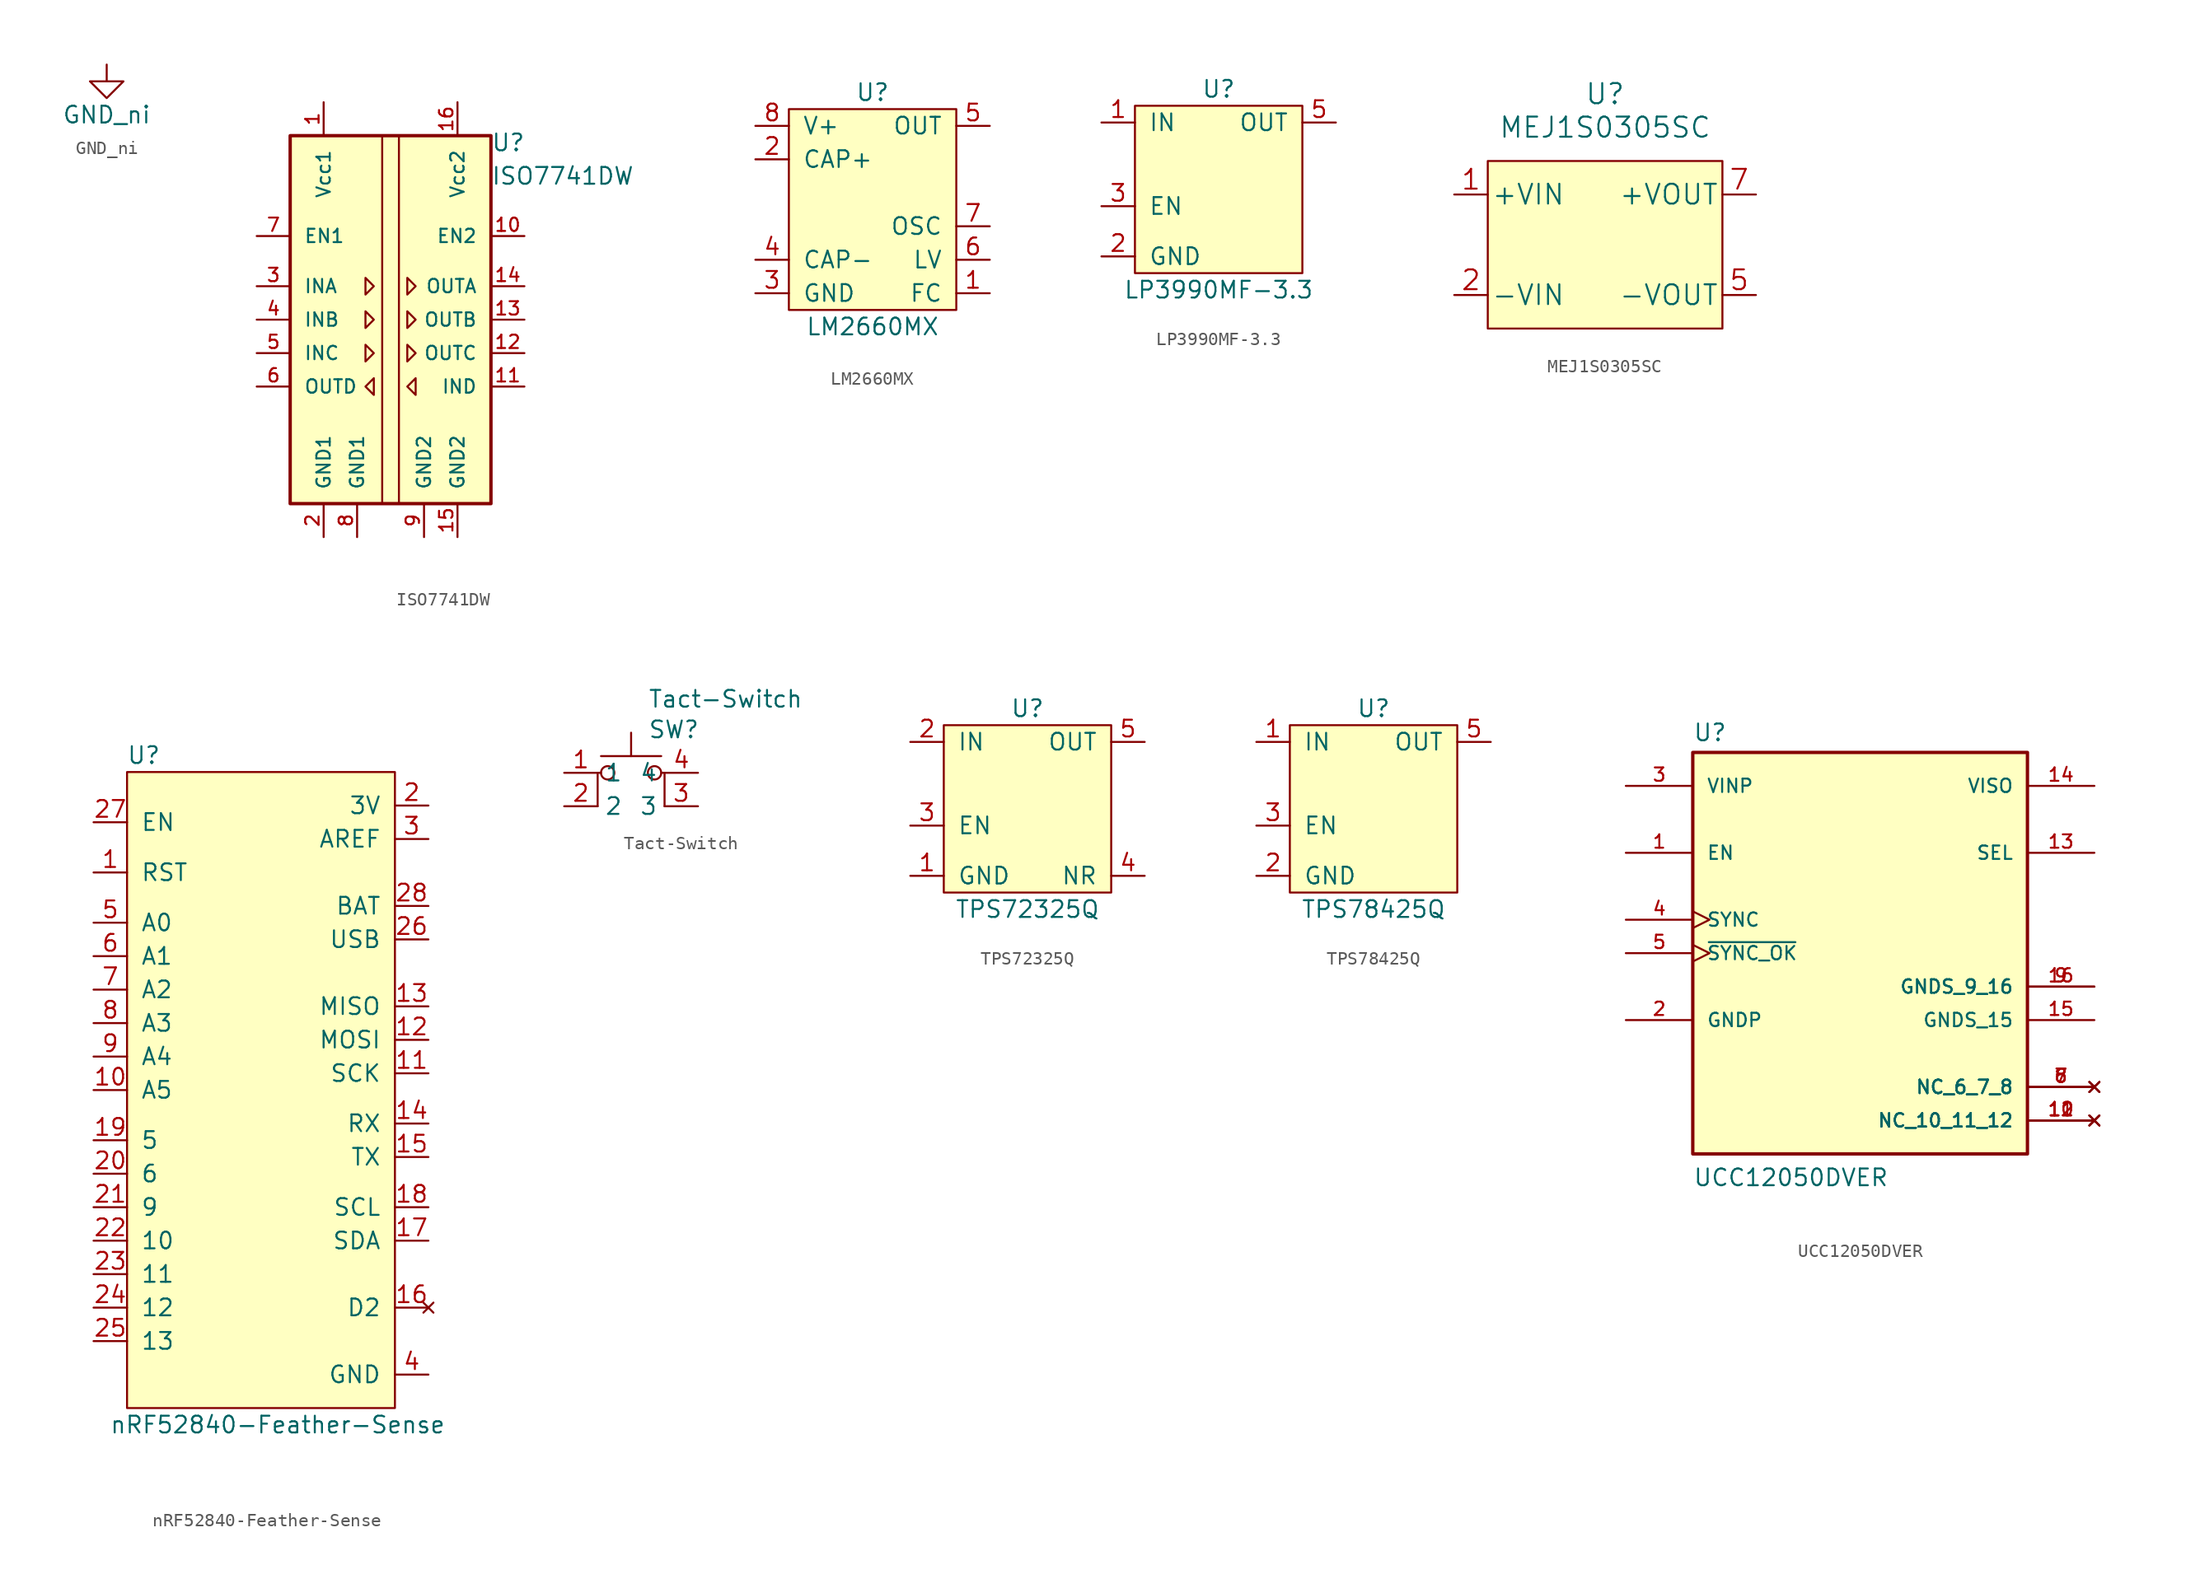
<source format=kicad_sym>
(kicad_symbol_lib
  (version 20211014)
  (generator kicad_symbol_editor)
  (symbol "GND_ni"
    (power)
    (pin_names
      (offset 0))
    (property "Reference" "#PWR"
      (at 0 -6.35 0)
      (effects (font (size 1.27 1.27)) hide))
    (property "Value" "GND_ni"
      (at 0 -3.81 0)
      (effects (font (size 1.27 1.27))))
    (symbol "GND_ni_0_1"
      (polyline (pts (xy 0 0) (xy 0 -1.27) (xy 1.27 -1.27) (xy 0 -2.54) (xy -1.27 -1.27) (xy 0 -1.27)) (stroke (width 0) (type default) (color 0 0 0 0)) (fill (type none))))
    (symbol "GND_ni_1_1"
      (pin power_in line (at 0 0 270) (length 0) hide (name "GND" (effects (font (size 1.27 1.27)))) (number "1" (effects (font (size 1.27 1.27)))))))
  (symbol "ISO7741DW"
    (pin_names
      (offset 1.016))
    (property "Reference" "U"
      (at 7.62 12.7 0)
      (effects (font (size 1.27 1.27)) (justify left bottom)))
    (property "Value" "ISO7741DW"
      (at 7.62 10.16 0)
      (effects (font (size 1.27 1.27)) (justify left bottom)))
    (symbol "ISO7741DW_0_0"
      (pin bidirectional line (at 10.16 6.35 180) (length 2.54) (name "EN2" (effects (font (size 1.016 1.016)))) (number "10" (effects (font (size 1.016 1.016)))))
      (pin input line (at 10.16 -5.08 180) (length 2.54) (name "IND" (effects (font (size 1.016 1.016)))) (number "11" (effects (font (size 1.016 1.016)))))
      (pin output line (at 10.16 -2.54 180) (length 2.54) (name "OUTC" (effects (font (size 1.016 1.016)))) (number "12" (effects (font (size 1.016 1.016)))))
      (pin output line (at 10.16 0 180) (length 2.54) (name "OUTB" (effects (font (size 1.016 1.016)))) (number "13" (effects (font (size 1.016 1.016)))))
      (pin output line (at 10.16 2.54 180) (length 2.54) (name "OUTA" (effects (font (size 1.016 1.016)))) (number "14" (effects (font (size 1.016 1.016)))))
      (pin input line (at -10.16 2.54 0) (length 2.54) (name "INA" (effects (font (size 1.016 1.016)))) (number "3" (effects (font (size 1.016 1.016)))))
      (pin input line (at -10.16 0 0) (length 2.54) (name "INB" (effects (font (size 1.016 1.016)))) (number "4" (effects (font (size 1.016 1.016)))))
      (pin input line (at -10.16 -2.54 0) (length 2.54) (name "INC" (effects (font (size 1.016 1.016)))) (number "5" (effects (font (size 1.016 1.016)))))
      (pin output line (at -10.16 -5.08 0) (length 2.54) (name "OUTD" (effects (font (size 1.016 1.016)))) (number "6" (effects (font (size 1.016 1.016)))))
      (pin bidirectional line (at -10.16 6.35 0) (length 2.54) (name "EN1" (effects (font (size 1.016 1.016)))) (number "7" (effects (font (size 1.016 1.016))))))
    (symbol "ISO7741DW_1_1"
      (rectangle (start -7.62 13.97) (end 7.62 -13.97) (stroke (width 0.254) (type default) (color 0 0 0 0)) (fill (type background)))
      (polyline (pts (xy -0.635 13.97) (xy -0.635 -13.97)) (stroke (width 0) (type default) (color 0 0 0 0)) (fill (type none)))
      (polyline (pts (xy 0.635 13.97) (xy 0.635 -13.97)) (stroke (width 0) (type default) (color 0 0 0 0)) (fill (type none)))
      (polyline (pts (xy -1.905 -1.905) (xy -1.27 -2.54) (xy -1.905 -3.175) (xy -1.905 -1.905)) (stroke (width 0) (type default) (color 0 0 0 0)) (fill (type none)))
      (polyline (pts (xy -1.905 0.635) (xy -1.27 0) (xy -1.905 -0.635) (xy -1.905 0.635)) (stroke (width 0) (type default) (color 0 0 0 0)) (fill (type none)))
      (polyline (pts (xy -1.905 3.175) (xy -1.27 2.54) (xy -1.905 1.905) (xy -1.905 3.175)) (stroke (width 0) (type default) (color 0 0 0 0)) (fill (type none)))
      (polyline (pts (xy -1.27 -4.445) (xy -1.905 -5.08) (xy -1.27 -5.715) (xy -1.27 -4.445)) (stroke (width 0) (type default) (color 0 0 0 0)) (fill (type none)))
      (polyline (pts (xy 1.27 -1.905) (xy 1.905 -2.54) (xy 1.27 -3.175) (xy 1.27 -1.905)) (stroke (width 0) (type default) (color 0 0 0 0)) (fill (type none)))
      (polyline (pts (xy 1.27 0.635) (xy 1.905 0) (xy 1.27 -0.635) (xy 1.27 0.635)) (stroke (width 0) (type default) (color 0 0 0 0)) (fill (type none)))
      (polyline (pts (xy 1.27 3.175) (xy 1.905 2.54) (xy 1.27 1.905) (xy 1.27 3.175)) (stroke (width 0) (type default) (color 0 0 0 0)) (fill (type none)))
      (polyline (pts (xy 1.905 -4.445) (xy 1.27 -5.08) (xy 1.905 -5.715) (xy 1.905 -4.445)) (stroke (width 0) (type default) (color 0 0 0 0)) (fill (type none)))
      (pin power_in line (at -5.08 16.51 270) (length 2.54) (name "Vcc1" (effects (font (size 1.016 1.016)))) (number "1" (effects (font (size 1.016 1.016)))))
      (pin power_in line (at 5.08 -16.51 90) (length 2.54) (name "GND2" (effects (font (size 1.016 1.016)))) (number "15" (effects (font (size 1.016 1.016)))))
      (pin power_in line (at 5.08 16.51 270) (length 2.54) (name "Vcc2" (effects (font (size 1.016 1.016)))) (number "16" (effects (font (size 1.016 1.016)))))
      (pin power_in line (at -5.08 -16.51 90) (length 2.54) (name "GND1" (effects (font (size 1.016 1.016)))) (number "2" (effects (font (size 1.016 1.016)))))
      (pin power_in line (at -2.54 -16.51 90) (length 2.54) (name "GND1" (effects (font (size 1.016 1.016)))) (number "8" (effects (font (size 1.016 1.016)))))
      (pin power_in line (at 2.54 -16.51 90) (length 2.54) (name "GND2" (effects (font (size 1.016 1.016)))) (number "9" (effects (font (size 1.016 1.016)))))))
  (symbol "LM2660MX"
    (pin_names
      (offset 1.016))
    (property "Reference" "U"
      (at 0 7.62 0)
      (effects (font (size 1.27 1.27))))
    (property "Value" "LM2660MX"
      (at 0 -10.16 0)
      (effects (font (size 1.27 1.27))))
    (symbol "LM2660MX_0_1"
      (rectangle (start -6.35 6.35) (end 6.35 -8.89) (stroke (width 0) (type default) (color 0 0 0 0)) (fill (type background))))
    (symbol "LM2660MX_1_1"
      (pin input line (at 8.89 -7.62 180) (length 2.54) (name "FC" (effects (font (size 1.27 1.27)))) (number "1" (effects (font (size 1.27 1.27)))))
      (pin passive line (at -8.89 2.54 0) (length 2.54) (name "CAP+" (effects (font (size 1.27 1.27)))) (number "2" (effects (font (size 1.27 1.27)))))
      (pin power_in line (at -8.89 -7.62 0) (length 2.54) (name "GND" (effects (font (size 1.27 1.27)))) (number "3" (effects (font (size 1.27 1.27)))))
      (pin passive line (at -8.89 -5.08 0) (length 2.54) (name "CAP-" (effects (font (size 1.27 1.27)))) (number "4" (effects (font (size 1.27 1.27)))))
      (pin power_out line (at 8.89 5.08 180) (length 2.54) (name "OUT" (effects (font (size 1.27 1.27)))) (number "5" (effects (font (size 1.27 1.27)))))
      (pin input line (at 8.89 -5.08 180) (length 2.54) (name "LV" (effects (font (size 1.27 1.27)))) (number "6" (effects (font (size 1.27 1.27)))))
      (pin input line (at 8.89 -2.54 180) (length 2.54) (name "OSC" (effects (font (size 1.27 1.27)))) (number "7" (effects (font (size 1.27 1.27)))))
      (pin power_in line (at -8.89 5.08 0) (length 2.54) (name "V+" (effects (font (size 1.27 1.27)))) (number "8" (effects (font (size 1.27 1.27)))))))
  (symbol "LP3990MF-3.3"
    (pin_names
      (offset 1.016))
    (property "Reference" "U"
      (at 0 7.62 0)
      (effects (font (size 1.27 1.27))))
    (property "Value" "LP3990MF-3.3"
      (at 0 -7.62 0)
      (effects (font (size 1.27 1.27))))
    (symbol "LP3990MF-3.3_1_1"
      (rectangle (start -6.35 6.35) (end 6.35 -6.35) (stroke (width 0) (type default) (color 0 0 0 0)) (fill (type background)))
      (pin power_in line (at -8.89 5.08 0) (length 2.54) (name "IN" (effects (font (size 1.27 1.27)))) (number "1" (effects (font (size 1.27 1.27)))))
      (pin power_in line (at -8.89 -5.08 0) (length 2.54) (name "GND" (effects (font (size 1.27 1.27)))) (number "2" (effects (font (size 1.27 1.27)))))
      (pin input line (at -8.89 -1.27 0) (length 2.54) (name "EN" (effects (font (size 1.27 1.27)))) (number "3" (effects (font (size 1.27 1.27)))))
      (pin power_out line (at 8.89 5.08 180) (length 2.54) (name "OUT" (effects (font (size 1.27 1.27)))) (number "5" (effects (font (size 1.27 1.27)))))))
  (symbol "MEJ1S0305SC"
    (pin_names
      (offset 0.254))
    (property "Reference" "U"
      (at 0 11.43 0)
      (effects (font (size 1.524 1.524))))
    (property "Value" "MEJ1S0305SC"
      (at 0 8.89 0)
      (effects (font (size 1.524 1.524))))
    (property "Datasheet" ""
      (at 0 -5.08 0)
      (effects (font (size 1.524 1.524))))
    (property "ki_locked" ""
      (at 0 0 0)
      (effects (font (size 1.27 1.27))))
    (symbol "MEJ1S0305SC_1_1"
      (rectangle (start -8.89 6.35) (end 8.89 -6.35) (stroke (width 0) (type default) (color 0 0 0 0)) (fill (type background)))
      (pin power_in line (at -11.43 3.81 0) (length 2.54) (name "+VIN" (effects (font (size 1.499 1.499)))) (number "1" (effects (font (size 1.499 1.499)))))
      (pin power_in line (at -11.43 -3.81 0) (length 2.54) (name "-VIN" (effects (font (size 1.499 1.499)))) (number "2" (effects (font (size 1.499 1.499)))))
      (pin power_out line (at 11.43 -3.81 180) (length 2.54) (name "-VOUT" (effects (font (size 1.499 1.499)))) (number "5" (effects (font (size 1.499 1.499)))))
      (pin power_out line (at 11.43 3.81 180) (length 2.54) (name "+VOUT" (effects (font (size 1.499 1.499)))) (number "7" (effects (font (size 1.499 1.499)))))))
  (symbol "nRF52840-Feather-Sense"
    (pin_names
      (offset 1.016))
    (property "Reference" "U"
      (at -8.89 25.4 0)
      (effects (font (size 1.27 1.27))))
    (property "Value" "nRF52840-Feather-Sense"
      (at 1.27 -25.4 0)
      (effects (font (size 1.27 1.27))))
    (symbol "nRF52840-Feather-Sense_0_1"
      (rectangle (start -10.16 24.13) (end 10.16 -24.13) (stroke (width 0) (type default) (color 0 0 0 0)) (fill (type background))))
    (symbol "nRF52840-Feather-Sense_1_1"
      (pin input line (at -12.7 16.51 0) (length 2.54) (name "RST" (effects (font (size 1.27 1.27)))) (number "1" (effects (font (size 1.27 1.27)))))
      (pin bidirectional line (at -12.7 0 0) (length 2.54) (name "A5" (effects (font (size 1.27 1.27)))) (number "10" (effects (font (size 1.27 1.27)))))
      (pin output line (at 12.7 1.27 180) (length 2.54) (name "SCK" (effects (font (size 1.27 1.27)))) (number "11" (effects (font (size 1.27 1.27)))))
      (pin output line (at 12.7 3.81 180) (length 2.54) (name "MOSI" (effects (font (size 1.27 1.27)))) (number "12" (effects (font (size 1.27 1.27)))))
      (pin input line (at 12.7 6.35 180) (length 2.54) (name "MISO" (effects (font (size 1.27 1.27)))) (number "13" (effects (font (size 1.27 1.27)))))
      (pin input line (at 12.7 -2.54 180) (length 2.54) (name "RX" (effects (font (size 1.27 1.27)))) (number "14" (effects (font (size 1.27 1.27)))))
      (pin output line (at 12.7 -5.08 180) (length 2.54) (name "TX" (effects (font (size 1.27 1.27)))) (number "15" (effects (font (size 1.27 1.27)))))
      (pin no_connect line (at 12.7 -16.51 180) (length 2.54) (name "D2" (effects (font (size 1.27 1.27)))) (number "16" (effects (font (size 1.27 1.27)))))
      (pin bidirectional line (at 12.7 -11.43 180) (length 2.54) (name "SDA" (effects (font (size 1.27 1.27)))) (number "17" (effects (font (size 1.27 1.27)))))
      (pin output line (at 12.7 -8.89 180) (length 2.54) (name "SCL" (effects (font (size 1.27 1.27)))) (number "18" (effects (font (size 1.27 1.27)))))
      (pin bidirectional line (at -12.7 -3.81 0) (length 2.54) (name "5" (effects (font (size 1.27 1.27)))) (number "19" (effects (font (size 1.27 1.27)))))
      (pin power_in line (at 12.7 21.59 180) (length 2.54) (name "3V" (effects (font (size 1.27 1.27)))) (number "2" (effects (font (size 1.27 1.27)))))
      (pin bidirectional line (at -12.7 -6.35 0) (length 2.54) (name "6" (effects (font (size 1.27 1.27)))) (number "20" (effects (font (size 1.27 1.27)))))
      (pin bidirectional line (at -12.7 -8.89 0) (length 2.54) (name "9" (effects (font (size 1.27 1.27)))) (number "21" (effects (font (size 1.27 1.27)))))
      (pin bidirectional line (at -12.7 -11.43 0) (length 2.54) (name "10" (effects (font (size 1.27 1.27)))) (number "22" (effects (font (size 1.27 1.27)))))
      (pin bidirectional line (at -12.7 -13.97 0) (length 2.54) (name "11" (effects (font (size 1.27 1.27)))) (number "23" (effects (font (size 1.27 1.27)))))
      (pin bidirectional line (at -12.7 -16.51 0) (length 2.54) (name "12" (effects (font (size 1.27 1.27)))) (number "24" (effects (font (size 1.27 1.27)))))
      (pin bidirectional line (at -12.7 -19.05 0) (length 2.54) (name "13" (effects (font (size 1.27 1.27)))) (number "25" (effects (font (size 1.27 1.27)))))
      (pin power_out line (at 12.7 11.43 180) (length 2.54) (name "USB" (effects (font (size 1.27 1.27)))) (number "26" (effects (font (size 1.27 1.27)))))
      (pin input line (at -12.7 20.32 0) (length 2.54) (name "EN" (effects (font (size 1.27 1.27)))) (number "27" (effects (font (size 1.27 1.27)))))
      (pin power_out line (at 12.7 13.97 180) (length 2.54) (name "BAT" (effects (font (size 1.27 1.27)))) (number "28" (effects (font (size 1.27 1.27)))))
      (pin power_in line (at 12.7 19.05 180) (length 2.54) (name "AREF" (effects (font (size 1.27 1.27)))) (number "3" (effects (font (size 1.27 1.27)))))
      (pin power_in line (at 12.7 -21.59 180) (length 2.54) (name "GND" (effects (font (size 1.27 1.27)))) (number "4" (effects (font (size 1.27 1.27)))))
      (pin bidirectional line (at -12.7 12.7 0) (length 2.54) (name "A0" (effects (font (size 1.27 1.27)))) (number "5" (effects (font (size 1.27 1.27)))))
      (pin bidirectional line (at -12.7 10.16 0) (length 2.54) (name "A1" (effects (font (size 1.27 1.27)))) (number "6" (effects (font (size 1.27 1.27)))))
      (pin bidirectional line (at -12.7 7.62 0) (length 2.54) (name "A2" (effects (font (size 1.27 1.27)))) (number "7" (effects (font (size 1.27 1.27)))))
      (pin bidirectional line (at -12.7 5.08 0) (length 2.54) (name "A3" (effects (font (size 1.27 1.27)))) (number "8" (effects (font (size 1.27 1.27)))))
      (pin bidirectional line (at -12.7 2.54 0) (length 2.54) (name "A4" (effects (font (size 1.27 1.27)))) (number "9" (effects (font (size 1.27 1.27)))))))
  (symbol "Tact-Switch"
    (property "Reference" "SW"
      (at 1.27 -2.54 0)
      (effects (font (size 1.27 1.27)) (justify left bottom)))
    (property "Value" "Tact-Switch"
      (at 1.27 1.27 0)
      (effects (font (size 1.27 1.27)) (justify left top)))
    (symbol "Tact-Switch_0_1"
      (circle (center -1.778 -5.08) (radius 0.508) (stroke (width 0) (type default) (color 0 0 0 0)) (fill (type none)))
      (polyline (pts (xy -2.286 -3.81) (xy 2.286 -3.81)) (stroke (width 0) (type default) (color 0 0 0 0)) (fill (type none)))
      (polyline (pts (xy 0 -3.81) (xy 0 -2.032)) (stroke (width 0) (type default) (color 0 0 0 0)) (fill (type none)))
      (polyline (pts (xy -2.54 -7.62) (xy -2.54 -5.08) (xy -2.286 -5.08)) (stroke (width 0) (type default) (color 0 0 0 0)) (fill (type none)))
      (polyline (pts (xy 2.54 -7.62) (xy 2.54 -5.08) (xy 2.286 -5.08)) (stroke (width 0) (type default) (color 0 0 0 0)) (fill (type none)))
      (circle (center 1.778 -5.08) (radius 0.508) (stroke (width 0) (type default) (color 0 0 0 0)) (fill (type none)))
      (pin passive line (at -5.08 -5.08 0) (length 2.54) (name "1" (effects (font (size 1.27 1.27)))) (number "1" (effects (font (size 1.27 1.27)))))
      (pin passive line (at -5.08 -7.62 0) (length 2.54) (name "2" (effects (font (size 1.27 1.27)))) (number "2" (effects (font (size 1.27 1.27)))))
      (pin passive line (at 5.08 -7.62 180) (length 2.54) (name "3" (effects (font (size 1.27 1.27)))) (number "3" (effects (font (size 1.27 1.27)))))
      (pin passive line (at 5.08 -5.08 180) (length 2.54) (name "4" (effects (font (size 1.27 1.27)))) (number "4" (effects (font (size 1.27 1.27)))))))
  (symbol "TPS72325Q"
    (pin_names
      (offset 1.016))
    (property "Reference" "U"
      (at 0 7.62 0)
      (effects (font (size 1.27 1.27))))
    (property "Value" "TPS72325Q"
      (at 0 -7.62 0)
      (effects (font (size 1.27 1.27))))
    (symbol "TPS72325Q_0_1"
      (rectangle (start -6.35 6.35) (end 6.35 -6.35) (stroke (width 0) (type default) (color 0 0 0 0)) (fill (type background))))
    (symbol "TPS72325Q_1_1"
      (pin power_in line (at -8.89 -5.08 0) (length 2.54) (name "GND" (effects (font (size 1.27 1.27)))) (number "1" (effects (font (size 1.27 1.27)))))
      (pin power_in line (at -8.89 5.08 0) (length 2.54) (name "IN" (effects (font (size 1.27 1.27)))) (number "2" (effects (font (size 1.27 1.27)))))
      (pin input line (at -8.89 -1.27 0) (length 2.54) (name "EN" (effects (font (size 1.27 1.27)))) (number "3" (effects (font (size 1.27 1.27)))))
      (pin passive line (at 8.89 -5.08 180) (length 2.54) (name "NR" (effects (font (size 1.27 1.27)))) (number "4" (effects (font (size 1.27 1.27)))))
      (pin power_out line (at 8.89 5.08 180) (length 2.54) (name "OUT" (effects (font (size 1.27 1.27)))) (number "5" (effects (font (size 1.27 1.27)))))))
  (symbol "TPS78425Q"
    (pin_names
      (offset 1.016))
    (property "Reference" "U"
      (at 0 7.62 0)
      (effects (font (size 1.27 1.27))))
    (property "Value" "TPS78425Q"
      (at 0 -7.62 0)
      (effects (font (size 1.27 1.27))))
    (symbol "TPS78425Q_1_1"
      (rectangle (start -6.35 6.35) (end 6.35 -6.35) (stroke (width 0) (type default) (color 0 0 0 0)) (fill (type background)))
      (pin power_in line (at -8.89 5.08 0) (length 2.54) (name "IN" (effects (font (size 1.27 1.27)))) (number "1" (effects (font (size 1.27 1.27)))))
      (pin power_in line (at -8.89 -5.08 0) (length 2.54) (name "GND" (effects (font (size 1.27 1.27)))) (number "2" (effects (font (size 1.27 1.27)))))
      (pin input line (at -8.89 -1.27 0) (length 2.54) (name "EN" (effects (font (size 1.27 1.27)))) (number "3" (effects (font (size 1.27 1.27)))))
      (pin power_out line (at 8.89 5.08 180) (length 2.54) (name "OUT" (effects (font (size 1.27 1.27)))) (number "5" (effects (font (size 1.27 1.27)))))))
  (symbol "UCC12050DVER"
    (pin_names
      (offset 1.016))
    (property "Reference" "U"
      (at -12.7 13.462 0)
      (effects (font (size 1.27 1.27)) (justify left bottom)))
    (property "Value" "UCC12050DVER"
      (at -12.7 -20.32 0)
      (effects (font (size 1.27 1.27)) (justify left bottom)))
    (symbol "UCC12050DVER_0_0"
      (rectangle (start -12.7 -17.78) (end 12.7 12.7) (stroke (width 0.254) (type default) (color 0 0 0 0)) (fill (type background)))
      (pin input line (at -17.78 5.08 0) (length 5.08) (name "EN" (effects (font (size 1.016 1.016)))) (number "1" (effects (font (size 1.016 1.016)))))
      (pin no_connect line (at 17.78 -15.24 180) (length 5.08) (name "NC_10_11_12" (effects (font (size 1.016 1.016)))) (number "10" (effects (font (size 1.016 1.016)))))
      (pin no_connect line (at 17.78 -15.24 180) (length 5.08) (name "NC_10_11_12" (effects (font (size 1.016 1.016)))) (number "11" (effects (font (size 1.016 1.016)))))
      (pin no_connect line (at 17.78 -15.24 180) (length 5.08) (name "NC_10_11_12" (effects (font (size 1.016 1.016)))) (number "12" (effects (font (size 1.016 1.016)))))
      (pin input line (at 17.78 5.08 180) (length 5.08) (name "SEL" (effects (font (size 1.016 1.016)))) (number "13" (effects (font (size 1.016 1.016)))))
      (pin input line (at 17.78 10.16 180) (length 5.08) (name "VISO" (effects (font (size 1.016 1.016)))) (number "14" (effects (font (size 1.016 1.016)))))
      (pin power_in line (at 17.78 -7.62 180) (length 5.08) (name "GNDS_15" (effects (font (size 1.016 1.016)))) (number "15" (effects (font (size 1.016 1.016)))))
      (pin power_in line (at 17.78 -5.08 180) (length 5.08) (name "GNDS_9_16" (effects (font (size 1.016 1.016)))) (number "16" (effects (font (size 1.016 1.016)))))
      (pin power_in line (at -17.78 -7.62 0) (length 5.08) (name "GNDP" (effects (font (size 1.016 1.016)))) (number "2" (effects (font (size 1.016 1.016)))))
      (pin input line (at -17.78 10.16 0) (length 5.08) (name "VINP" (effects (font (size 1.016 1.016)))) (number "3" (effects (font (size 1.016 1.016)))))
      (pin input clock (at -17.78 0 0) (length 5.08) (name "SYNC" (effects (font (size 1.016 1.016)))) (number "4" (effects (font (size 1.016 1.016)))))
      (pin output clock (at -17.78 -2.54 0) (length 5.08) (name "~{SYNC_OK}" (effects (font (size 1.016 1.016)))) (number "5" (effects (font (size 1.016 1.016)))))
      (pin no_connect line (at 17.78 -12.7 180) (length 5.08) (name "NC_6_7_8" (effects (font (size 1.016 1.016)))) (number "6" (effects (font (size 1.016 1.016)))))
      (pin no_connect line (at 17.78 -12.7 180) (length 5.08) (name "NC_6_7_8" (effects (font (size 1.016 1.016)))) (number "7" (effects (font (size 1.016 1.016)))))
      (pin no_connect line (at 17.78 -12.7 180) (length 5.08) (name "NC_6_7_8" (effects (font (size 1.016 1.016)))) (number "8" (effects (font (size 1.016 1.016)))))
      (pin power_in line (at 17.78 -5.08 180) (length 5.08) (name "GNDS_9_16" (effects (font (size 1.016 1.016)))) (number "9" (effects (font (size 1.016 1.016))))))))
</source>
